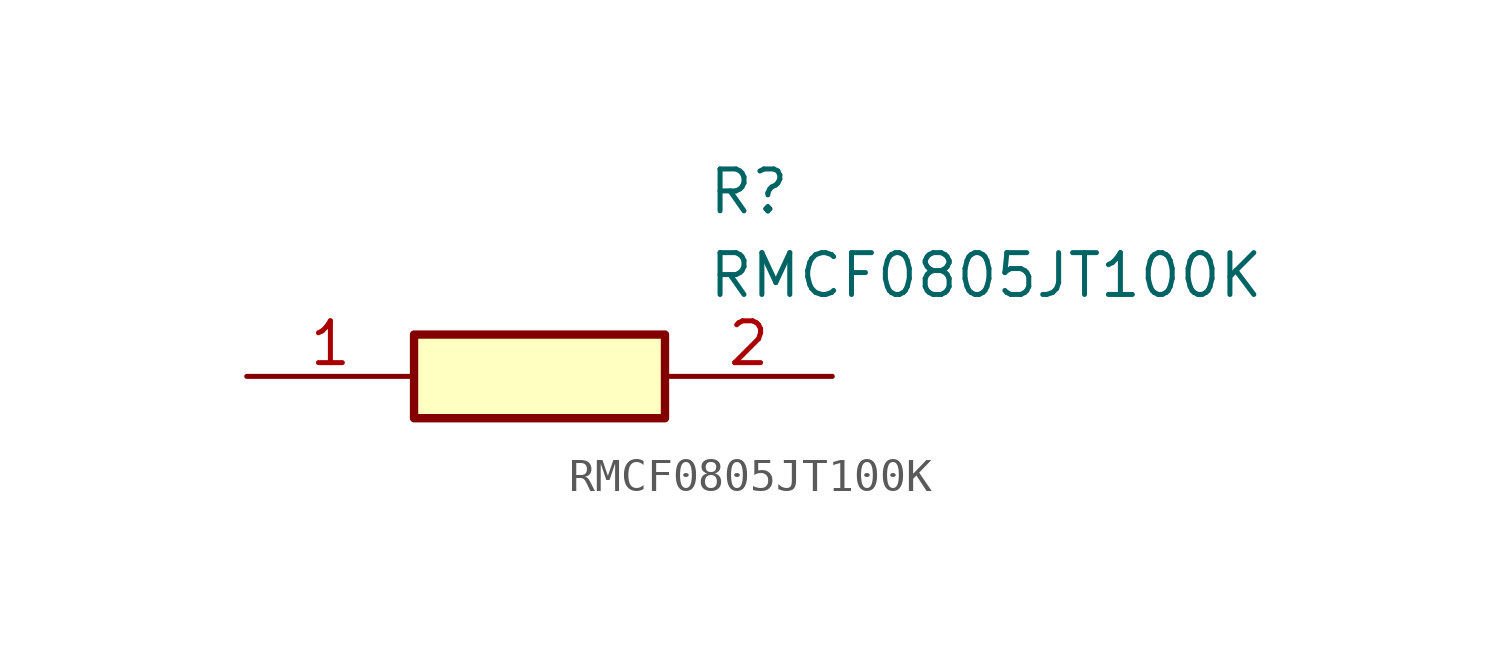
<source format=kicad_sym>
(kicad_symbol_lib
  (version 20211014)
  (generator SamacSys_ECAD_Model)
  (symbol "RMCF0805JT100K"
    (pin_names hide)
    (property "Reference" "R"
      (at 13.97 6.35 0)
      (effects (font (size 1.27 1.27)) (justify left top)))
    (property "Value" "RMCF0805JT100K"
      (at 13.97 3.81 0)
      (effects (font (size 1.27 1.27)) (justify left top)))
    (rectangle
      (start 5.08 1.27)
      (end 12.7 -1.27)
      (stroke (width 0.254) (type default))
      (fill (type background)))
    (pin passive line
      (at 0 0 0)
      (length 5.08)
      (name "1" (effects (font (size 1.27 1.27))))
      (number "1" (effects (font (size 1.27 1.27)))))
    (pin passive line
      (at 17.78 0 180)
      (length 5.08)
      (name "2" (effects (font (size 1.27 1.27))))
      (number "2" (effects (font (size 1.27 1.27)))))))
</source>
